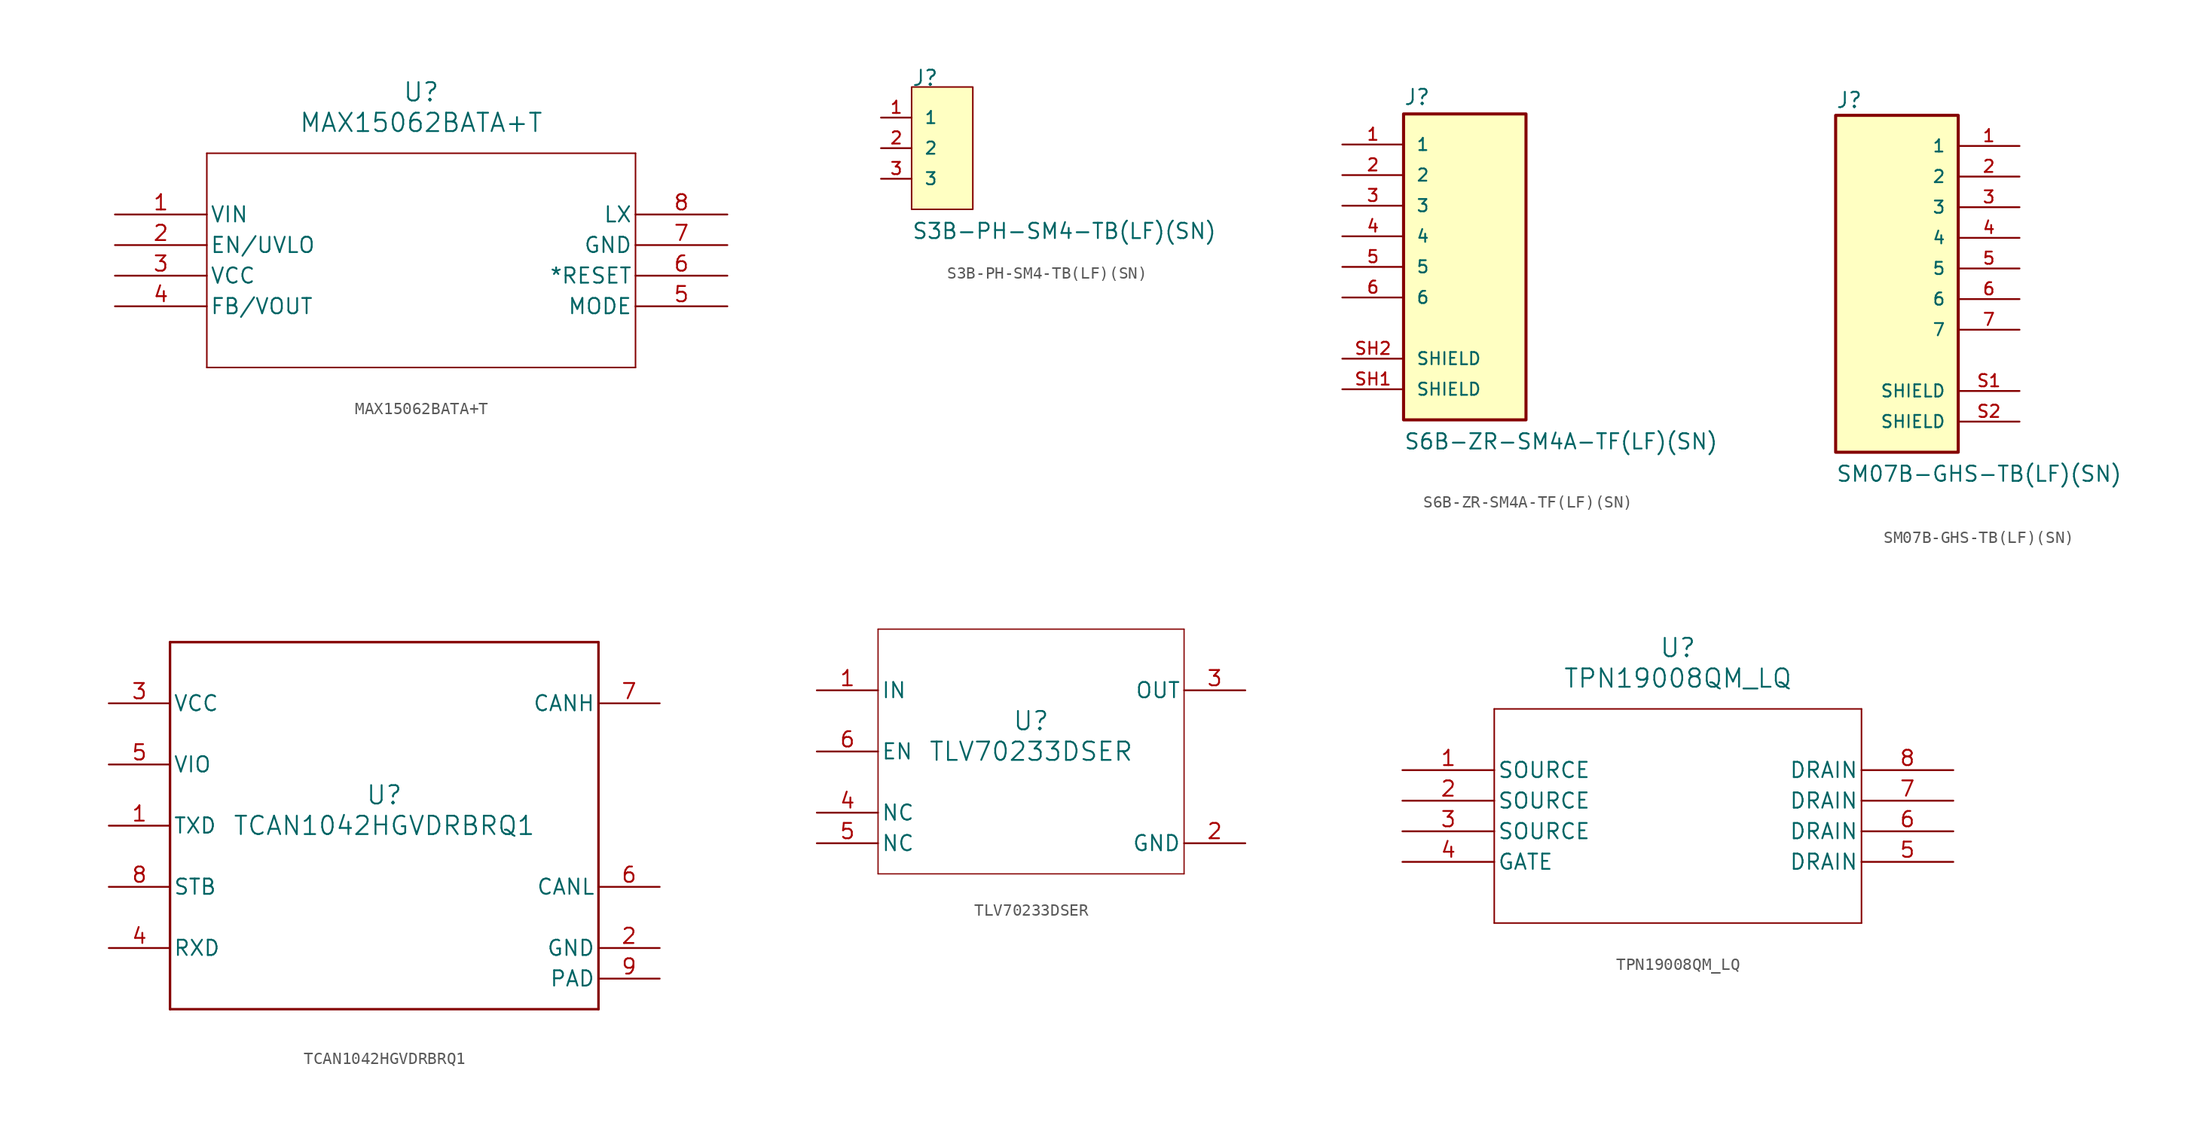
<source format=kicad_sym>
(kicad_symbol_lib
  (version 20220914)
  (generator kicad_symbol_editor)
  (symbol "MAX15062BATA+T"
    (pin_names
      (offset 0.254))
    (property "Reference" "U"
      (at 25.4 10.16 0)
      (effects (font (size 1.524 1.524))))
    (property "Value" "MAX15062BATA+T"
      (at 25.4 7.62 0)
      (effects (font (size 1.524 1.524))))
    (property "ki_locked" ""
      (at 0 0 0)
      (effects (font (size 1.27 1.27))))
    (symbol "MAX15062BATA+T_0_1"
      (polyline (pts (xy 7.62 -12.7) (xy 43.18 -12.7)) (stroke (width 0.127) (type default)) (fill (type none)))
      (polyline (pts (xy 7.62 5.08) (xy 7.62 -12.7)) (stroke (width 0.127) (type default)) (fill (type none)))
      (polyline (pts (xy 43.18 -12.7) (xy 43.18 5.08)) (stroke (width 0.127) (type default)) (fill (type none)))
      (polyline (pts (xy 43.18 5.08) (xy 7.62 5.08)) (stroke (width 0.127) (type default)) (fill (type none)))
      (pin input line (at 0 0 0) (length 7.62) (name "VIN" (effects (font (size 1.27 1.27)))) (number "1" (effects (font (size 1.27 1.27)))))
      (pin input line (at 0 -2.54 0) (length 7.62) (name "EN/UVLO" (effects (font (size 1.27 1.27)))) (number "2" (effects (font (size 1.27 1.27)))))
      (pin power_in line (at 0 -5.08 0) (length 7.62) (name "VCC" (effects (font (size 1.27 1.27)))) (number "3" (effects (font (size 1.27 1.27)))))
      (pin bidirectional line (at 0 -7.62 0) (length 7.62) (name "FB/VOUT" (effects (font (size 1.27 1.27)))) (number "4" (effects (font (size 1.27 1.27)))))
      (pin input line (at 50.8 -7.62 180) (length 7.62) (name "MODE" (effects (font (size 1.27 1.27)))) (number "5" (effects (font (size 1.27 1.27)))))
      (pin output line (at 50.8 -5.08 180) (length 7.62) (name "*RESET" (effects (font (size 1.27 1.27)))) (number "6" (effects (font (size 1.27 1.27)))))
      (pin power_in line (at 50.8 -2.54 180) (length 7.62) (name "GND" (effects (font (size 1.27 1.27)))) (number "7" (effects (font (size 1.27 1.27)))))
      (pin unspecified line (at 50.8 0 180) (length 7.62) (name "LX" (effects (font (size 1.27 1.27)))) (number "8" (effects (font (size 1.27 1.27)))))))
  (symbol "S3B-PH-SM4-TB(LF)(SN)"
    (pin_names
      (offset 1.016))
    (property "Reference" "J"
      (at -2.542 5.084 0)
      (effects (font (size 1.27 1.27)) (justify left bottom)))
    (property "Value" "S3B-PH-SM4-TB(LF)(SN)"
      (at -2.543 -7.63 0)
      (effects (font (size 1.27 1.27)) (justify left bottom)))
    (symbol "S3B-PH-SM4-TB(LF)(SN)_0_0"
      (rectangle (start -2.54 -5.08) (end 2.54 5.08) (stroke (width 0.127) (type default)) (fill (type background)))
      (pin passive line (at -5.08 2.54 0) (length 2.54) (name "1" (effects (font (size 1.016 1.016)))) (number "1" (effects (font (size 1.016 1.016)))))
      (pin passive line (at -5.08 0 0) (length 2.54) (name "2" (effects (font (size 1.016 1.016)))) (number "2" (effects (font (size 1.016 1.016)))))
      (pin passive line (at -5.08 -2.54 0) (length 2.54) (name "3" (effects (font (size 1.016 1.016)))) (number "3" (effects (font (size 1.016 1.016)))))))
  (symbol "S6B-ZR-SM4A-TF(LF)(SN)"
    (pin_names
      (offset 1.016))
    (property "Reference" "J"
      (at -5.087 10.81 0)
      (effects (font (size 1.27 1.27)) (justify left bottom)))
    (property "Value" "S6B-ZR-SM4A-TF(LF)(SN)"
      (at -5.08 -17.78 0)
      (effects (font (size 1.27 1.27)) (justify left bottom)))
    (symbol "S6B-ZR-SM4A-TF(LF)(SN)_0_0"
      (rectangle (start -5.08 10.16) (end 5.08 -15.24) (stroke (width 0.254) (type default)) (fill (type background)))
      (pin passive line (at -10.16 7.62 0) (length 5.08) (name "1" (effects (font (size 1.016 1.016)))) (number "1" (effects (font (size 1.016 1.016)))))
      (pin passive line (at -10.16 5.08 0) (length 5.08) (name "2" (effects (font (size 1.016 1.016)))) (number "2" (effects (font (size 1.016 1.016)))))
      (pin passive line (at -10.16 2.54 0) (length 5.08) (name "3" (effects (font (size 1.016 1.016)))) (number "3" (effects (font (size 1.016 1.016)))))
      (pin passive line (at -10.16 0 0) (length 5.08) (name "4" (effects (font (size 1.016 1.016)))) (number "4" (effects (font (size 1.016 1.016)))))
      (pin passive line (at -10.16 -2.54 0) (length 5.08) (name "5" (effects (font (size 1.016 1.016)))) (number "5" (effects (font (size 1.016 1.016)))))
      (pin passive line (at -10.16 -5.08 0) (length 5.08) (name "6" (effects (font (size 1.016 1.016)))) (number "6" (effects (font (size 1.016 1.016)))))
      (pin passive line (at -10.16 -12.7 0) (length 5.08) (name "SHIELD" (effects (font (size 1.016 1.016)))) (number "SH1" (effects (font (size 1.016 1.016)))))
      (pin passive line (at -10.16 -10.16 0) (length 5.08) (name "SHIELD" (effects (font (size 1.016 1.016)))) (number "SH2" (effects (font (size 1.016 1.016)))))))
  (symbol "SM07B-GHS-TB(LF)(SN)"
    (pin_names
      (offset 1.016))
    (property "Reference" "J"
      (at -5.084 13.218 0)
      (effects (font (size 1.27 1.27)) (justify left bottom)))
    (property "Value" "SM07B-GHS-TB(LF)(SN)"
      (at -5.08 -17.78 0)
      (effects (font (size 1.27 1.27)) (justify left bottom)))
    (symbol "SM07B-GHS-TB(LF)(SN)_0_0"
      (rectangle (start -5.08 12.7) (end 5.08 -15.24) (stroke (width 0.254) (type default)) (fill (type background)))
      (pin passive line (at 10.16 10.16 180) (length 5.08) (name "1" (effects (font (size 1.016 1.016)))) (number "1" (effects (font (size 1.016 1.016)))))
      (pin passive line (at 10.16 7.62 180) (length 5.08) (name "2" (effects (font (size 1.016 1.016)))) (number "2" (effects (font (size 1.016 1.016)))))
      (pin passive line (at 10.16 5.08 180) (length 5.08) (name "3" (effects (font (size 1.016 1.016)))) (number "3" (effects (font (size 1.016 1.016)))))
      (pin passive line (at 10.16 2.54 180) (length 5.08) (name "4" (effects (font (size 1.016 1.016)))) (number "4" (effects (font (size 1.016 1.016)))))
      (pin passive line (at 10.16 0 180) (length 5.08) (name "5" (effects (font (size 1.016 1.016)))) (number "5" (effects (font (size 1.016 1.016)))))
      (pin passive line (at 10.16 -2.54 180) (length 5.08) (name "6" (effects (font (size 1.016 1.016)))) (number "6" (effects (font (size 1.016 1.016)))))
      (pin passive line (at 10.16 -5.08 180) (length 5.08) (name "7" (effects (font (size 1.016 1.016)))) (number "7" (effects (font (size 1.016 1.016)))))
      (pin power_in line (at 10.16 -10.16 180) (length 5.08) (name "SHIELD" (effects (font (size 1.016 1.016)))) (number "S1" (effects (font (size 1.016 1.016)))))
      (pin power_in line (at 10.16 -12.7 180) (length 5.08) (name "SHIELD" (effects (font (size 1.016 1.016)))) (number "S2" (effects (font (size 1.016 1.016)))))))
  (symbol "TCAN1042HGVDRBRQ1"
    (pin_names
      (offset 0.254))
    (property "Reference" "U"
      (at 0 2.54 0)
      (effects (font (size 1.524 1.524))))
    (property "Value" "TCAN1042HGVDRBRQ1"
      (at 0 0 0)
      (effects (font (size 1.524 1.524))))
    (property "ki_locked" ""
      (at 0 0 0)
      (effects (font (size 1.27 1.27))))
    (symbol "TCAN1042HGVDRBRQ1_0_1"
      (polyline (pts (xy -17.78 -15.24) (xy 17.78 -15.24)) (stroke (width 0.203) (type default)) (fill (type none)))
      (polyline (pts (xy -17.78 15.24) (xy -17.78 -15.24)) (stroke (width 0.203) (type default)) (fill (type none)))
      (polyline (pts (xy 17.78 -15.24) (xy 17.78 15.24)) (stroke (width 0.203) (type default)) (fill (type none)))
      (polyline (pts (xy 17.78 15.24) (xy -17.78 15.24)) (stroke (width 0.203) (type default)) (fill (type none)))
      (pin input line (at -22.86 0 0) (length 5.08) (name "TXD" (effects (font (size 1.27 1.27)))) (number "1" (effects (font (size 1.27 1.27)))))
      (pin power_in line (at 22.86 -10.16 180) (length 5.08) (name "GND" (effects (font (size 1.27 1.27)))) (number "2" (effects (font (size 1.27 1.27)))))
      (pin power_in line (at -22.86 10.16 0) (length 5.08) (name "VCC" (effects (font (size 1.27 1.27)))) (number "3" (effects (font (size 1.27 1.27)))))
      (pin output line (at -22.86 -10.16 0) (length 5.08) (name "RXD" (effects (font (size 1.27 1.27)))) (number "4" (effects (font (size 1.27 1.27)))))
      (pin power_in line (at -22.86 5.08 0) (length 5.08) (name "VIO" (effects (font (size 1.27 1.27)))) (number "5" (effects (font (size 1.27 1.27)))))
      (pin bidirectional line (at 22.86 -5.08 180) (length 5.08) (name "CANL" (effects (font (size 1.27 1.27)))) (number "6" (effects (font (size 1.27 1.27)))))
      (pin bidirectional line (at 22.86 10.16 180) (length 5.08) (name "CANH" (effects (font (size 1.27 1.27)))) (number "7" (effects (font (size 1.27 1.27)))))
      (pin input line (at -22.86 -5.08 0) (length 5.08) (name "STB" (effects (font (size 1.27 1.27)))) (number "8" (effects (font (size 1.27 1.27)))))
      (pin power_in line (at 22.86 -12.7 180) (length 5.08) (name "PAD" (effects (font (size 1.27 1.27)))) (number "9" (effects (font (size 1.27 1.27)))))))
  (symbol "TLV70233DSER"
    (pin_names
      (offset 0.254))
    (property "Reference" "U"
      (at 0 2.54 0)
      (effects (font (size 1.524 1.524))))
    (property "Value" "TLV70233DSER"
      (at 0 0 0)
      (effects (font (size 1.524 1.524))))
    (property "ki_locked" ""
      (at 0 0 0)
      (effects (font (size 1.27 1.27))))
    (symbol "TLV70233DSER_0_1"
      (polyline (pts (xy -12.7 -10.16) (xy 12.7 -10.16)) (stroke (width 0.102) (type default)) (fill (type none)))
      (polyline (pts (xy -12.7 10.16) (xy -12.7 -10.16)) (stroke (width 0.102) (type default)) (fill (type none)))
      (polyline (pts (xy 12.7 -10.16) (xy 12.7 10.16)) (stroke (width 0.102) (type default)) (fill (type none)))
      (polyline (pts (xy 12.7 10.16) (xy -12.7 10.16)) (stroke (width 0.102) (type default)) (fill (type none)))
      (pin power_in line (at -17.78 5.08 0) (length 5.08) (name "IN" (effects (font (size 1.27 1.27)))) (number "1" (effects (font (size 1.27 1.27)))))
      (pin power_in line (at 17.78 -7.62 180) (length 5.08) (name "GND" (effects (font (size 1.27 1.27)))) (number "2" (effects (font (size 1.27 1.27)))))
      (pin power_in line (at 17.78 5.08 180) (length 5.08) (name "OUT" (effects (font (size 1.27 1.27)))) (number "3" (effects (font (size 1.27 1.27)))))
      (pin unspecified line (at -17.78 -5.08 0) (length 5.08) (name "NC" (effects (font (size 1.27 1.27)))) (number "4" (effects (font (size 1.27 1.27)))))
      (pin unspecified line (at -17.78 -7.62 0) (length 5.08) (name "NC" (effects (font (size 1.27 1.27)))) (number "5" (effects (font (size 1.27 1.27)))))
      (pin input line (at -17.78 0 0) (length 5.08) (name "EN" (effects (font (size 1.27 1.27)))) (number "6" (effects (font (size 1.27 1.27)))))))
  (symbol "TPN19008QM_LQ"
    (pin_names
      (offset 0.254))
    (property "Reference" "U"
      (at 22.86 10.16 0)
      (effects (font (size 1.524 1.524))))
    (property "Value" "TPN19008QM_LQ"
      (at 22.86 7.62 0)
      (effects (font (size 1.524 1.524))))
    (property "ki_locked" ""
      (at 0 0 0)
      (effects (font (size 1.27 1.27))))
    (symbol "TPN19008QM_LQ_0_1"
      (polyline (pts (xy 7.62 -12.7) (xy 38.1 -12.7)) (stroke (width 0.127) (type default)) (fill (type none)))
      (polyline (pts (xy 7.62 5.08) (xy 7.62 -12.7)) (stroke (width 0.127) (type default)) (fill (type none)))
      (polyline (pts (xy 38.1 -12.7) (xy 38.1 5.08)) (stroke (width 0.127) (type default)) (fill (type none)))
      (polyline (pts (xy 38.1 5.08) (xy 7.62 5.08)) (stroke (width 0.127) (type default)) (fill (type none)))
      (pin unspecified line (at 0 0 0) (length 7.62) (name "SOURCE" (effects (font (size 1.27 1.27)))) (number "1" (effects (font (size 1.27 1.27)))))
      (pin unspecified line (at 0 -2.54 0) (length 7.62) (name "SOURCE" (effects (font (size 1.27 1.27)))) (number "2" (effects (font (size 1.27 1.27)))))
      (pin unspecified line (at 0 -5.08 0) (length 7.62) (name "SOURCE" (effects (font (size 1.27 1.27)))) (number "3" (effects (font (size 1.27 1.27)))))
      (pin unspecified line (at 0 -7.62 0) (length 7.62) (name "GATE" (effects (font (size 1.27 1.27)))) (number "4" (effects (font (size 1.27 1.27)))))
      (pin unspecified line (at 45.72 -7.62 180) (length 7.62) (name "DRAIN" (effects (font (size 1.27 1.27)))) (number "5" (effects (font (size 1.27 1.27)))))
      (pin unspecified line (at 45.72 -5.08 180) (length 7.62) (name "DRAIN" (effects (font (size 1.27 1.27)))) (number "6" (effects (font (size 1.27 1.27)))))
      (pin unspecified line (at 45.72 -2.54 180) (length 7.62) (name "DRAIN" (effects (font (size 1.27 1.27)))) (number "7" (effects (font (size 1.27 1.27)))))
      (pin unspecified line (at 45.72 0 180) (length 7.62) (name "DRAIN" (effects (font (size 1.27 1.27)))) (number "8" (effects (font (size 1.27 1.27))))))))
</source>
